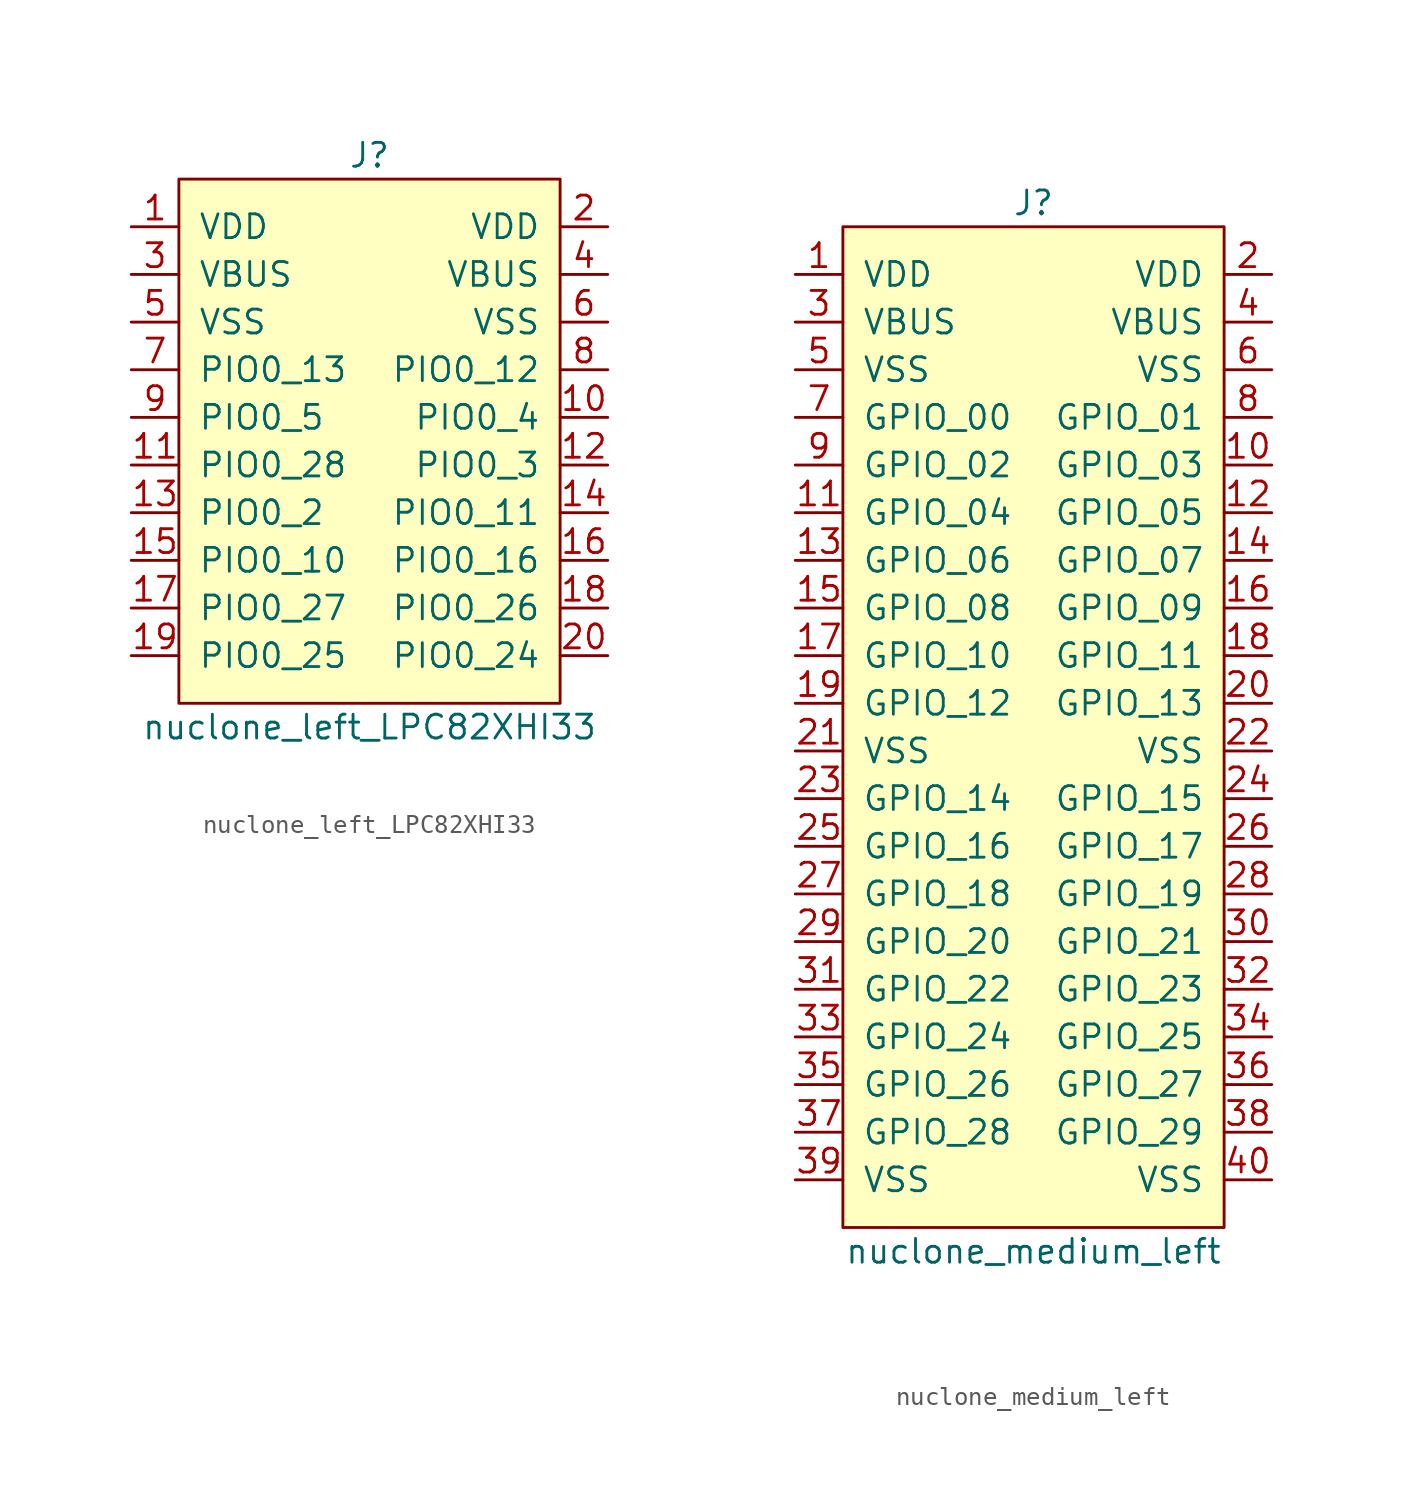
<source format=kicad_sym>
(kicad_symbol_lib
  (version 20211014)
  (generator kicad_symbol_editor)
  (symbol "nuclone_left_LPC82XHI33"
    (pin_names
      (offset 1.016))
    (property "Reference" "J"
      (at 0 15.24 0)
      (effects (font (size 1.27 1.27))))
    (property "Value" "nuclone_left_LPC82XHI33"
      (at 0 -15.24 0)
      (effects (font (size 1.27 1.27))))
    (symbol "nuclone_left_LPC82XHI33_0_1"
      (rectangle (start -10.16 13.97) (end 10.16 -13.97) (stroke (width 0) (type default) (color 0 0 0 0)) (fill (type background))))
    (symbol "nuclone_left_LPC82XHI33_1_1"
      (pin power_in line (at -12.7 11.43 0) (length 2.54) (name "VDD" (effects (font (size 1.27 1.27)))) (number "1" (effects (font (size 1.27 1.27)))))
      (pin bidirectional line (at 12.7 1.27 180) (length 2.54) (name "PIO0_4" (effects (font (size 1.27 1.27)))) (number "10" (effects (font (size 1.27 1.27)))))
      (pin bidirectional line (at -12.7 -1.27 0) (length 2.54) (name "PIO0_28" (effects (font (size 1.27 1.27)))) (number "11" (effects (font (size 1.27 1.27)))))
      (pin bidirectional line (at 12.7 -1.27 180) (length 2.54) (name "PIO0_3" (effects (font (size 1.27 1.27)))) (number "12" (effects (font (size 1.27 1.27)))))
      (pin bidirectional line (at -12.7 -3.81 0) (length 2.54) (name "PIO0_2" (effects (font (size 1.27 1.27)))) (number "13" (effects (font (size 1.27 1.27)))))
      (pin bidirectional line (at 12.7 -3.81 180) (length 2.54) (name "PIO0_11" (effects (font (size 1.27 1.27)))) (number "14" (effects (font (size 1.27 1.27)))))
      (pin bidirectional line (at -12.7 -6.35 0) (length 2.54) (name "PIO0_10" (effects (font (size 1.27 1.27)))) (number "15" (effects (font (size 1.27 1.27)))))
      (pin bidirectional line (at 12.7 -6.35 180) (length 2.54) (name "PIO0_16" (effects (font (size 1.27 1.27)))) (number "16" (effects (font (size 1.27 1.27)))))
      (pin bidirectional line (at -12.7 -8.89 0) (length 2.54) (name "PIO0_27" (effects (font (size 1.27 1.27)))) (number "17" (effects (font (size 1.27 1.27)))))
      (pin bidirectional line (at 12.7 -8.89 180) (length 2.54) (name "PIO0_26" (effects (font (size 1.27 1.27)))) (number "18" (effects (font (size 1.27 1.27)))))
      (pin bidirectional line (at -12.7 -11.43 0) (length 2.54) (name "PIO0_25" (effects (font (size 1.27 1.27)))) (number "19" (effects (font (size 1.27 1.27)))))
      (pin power_in line (at 12.7 11.43 180) (length 2.54) (name "VDD" (effects (font (size 1.27 1.27)))) (number "2" (effects (font (size 1.27 1.27)))))
      (pin bidirectional line (at 12.7 -11.43 180) (length 2.54) (name "PIO0_24" (effects (font (size 1.27 1.27)))) (number "20" (effects (font (size 1.27 1.27)))))
      (pin power_in line (at -12.7 8.89 0) (length 2.54) (name "VBUS" (effects (font (size 1.27 1.27)))) (number "3" (effects (font (size 1.27 1.27)))))
      (pin power_in line (at 12.7 8.89 180) (length 2.54) (name "VBUS" (effects (font (size 1.27 1.27)))) (number "4" (effects (font (size 1.27 1.27)))))
      (pin power_in line (at -12.7 6.35 0) (length 2.54) (name "VSS" (effects (font (size 1.27 1.27)))) (number "5" (effects (font (size 1.27 1.27)))))
      (pin power_in line (at 12.7 6.35 180) (length 2.54) (name "VSS" (effects (font (size 1.27 1.27)))) (number "6" (effects (font (size 1.27 1.27)))))
      (pin bidirectional line (at -12.7 3.81 0) (length 2.54) (name "PIO0_13" (effects (font (size 1.27 1.27)))) (number "7" (effects (font (size 1.27 1.27)))))
      (pin bidirectional line (at 12.7 3.81 180) (length 2.54) (name "PIO0_12" (effects (font (size 1.27 1.27)))) (number "8" (effects (font (size 1.27 1.27)))))
      (pin bidirectional line (at -12.7 1.27 0) (length 2.54) (name "PIO0_5" (effects (font (size 1.27 1.27)))) (number "9" (effects (font (size 1.27 1.27)))))))
  (symbol "nuclone_medium_left"
    (pin_names
      (offset 1.016))
    (property "Reference" "J"
      (at 0 27.94 0)
      (effects (font (size 1.27 1.27))))
    (property "Value" "nuclone_medium_left"
      (at 0 -27.94 0)
      (effects (font (size 1.27 1.27))))
    (symbol "nuclone_medium_left_0_1"
      (rectangle (start -10.16 26.67) (end 10.16 -26.67) (stroke (width 0) (type default) (color 0 0 0 0)) (fill (type background))))
    (symbol "nuclone_medium_left_1_1"
      (pin power_in line (at -12.7 24.13 0) (length 2.54) (name "VDD" (effects (font (size 1.27 1.27)))) (number "1" (effects (font (size 1.27 1.27)))))
      (pin bidirectional line (at 12.7 13.97 180) (length 2.54) (name "GPIO_03" (effects (font (size 1.27 1.27)))) (number "10" (effects (font (size 1.27 1.27)))))
      (pin bidirectional line (at -12.7 11.43 0) (length 2.54) (name "GPIO_04" (effects (font (size 1.27 1.27)))) (number "11" (effects (font (size 1.27 1.27)))))
      (pin bidirectional line (at 12.7 11.43 180) (length 2.54) (name "GPIO_05" (effects (font (size 1.27 1.27)))) (number "12" (effects (font (size 1.27 1.27)))))
      (pin bidirectional line (at -12.7 8.89 0) (length 2.54) (name "GPIO_06" (effects (font (size 1.27 1.27)))) (number "13" (effects (font (size 1.27 1.27)))))
      (pin bidirectional line (at 12.7 8.89 180) (length 2.54) (name "GPIO_07" (effects (font (size 1.27 1.27)))) (number "14" (effects (font (size 1.27 1.27)))))
      (pin bidirectional line (at -12.7 6.35 0) (length 2.54) (name "GPIO_08" (effects (font (size 1.27 1.27)))) (number "15" (effects (font (size 1.27 1.27)))))
      (pin bidirectional line (at 12.7 6.35 180) (length 2.54) (name "GPIO_09" (effects (font (size 1.27 1.27)))) (number "16" (effects (font (size 1.27 1.27)))))
      (pin bidirectional line (at -12.7 3.81 0) (length 2.54) (name "GPIO_10" (effects (font (size 1.27 1.27)))) (number "17" (effects (font (size 1.27 1.27)))))
      (pin bidirectional line (at 12.7 3.81 180) (length 2.54) (name "GPIO_11" (effects (font (size 1.27 1.27)))) (number "18" (effects (font (size 1.27 1.27)))))
      (pin bidirectional line (at -12.7 1.27 0) (length 2.54) (name "GPIO_12" (effects (font (size 1.27 1.27)))) (number "19" (effects (font (size 1.27 1.27)))))
      (pin power_in line (at 12.7 24.13 180) (length 2.54) (name "VDD" (effects (font (size 1.27 1.27)))) (number "2" (effects (font (size 1.27 1.27)))))
      (pin bidirectional line (at 12.7 1.27 180) (length 2.54) (name "GPIO_13" (effects (font (size 1.27 1.27)))) (number "20" (effects (font (size 1.27 1.27)))))
      (pin power_in line (at -12.7 -1.27 0) (length 2.54) (name "VSS" (effects (font (size 1.27 1.27)))) (number "21" (effects (font (size 1.27 1.27)))))
      (pin power_in line (at 12.7 -1.27 180) (length 2.54) (name "VSS" (effects (font (size 1.27 1.27)))) (number "22" (effects (font (size 1.27 1.27)))))
      (pin bidirectional line (at -12.7 -3.81 0) (length 2.54) (name "GPIO_14" (effects (font (size 1.27 1.27)))) (number "23" (effects (font (size 1.27 1.27)))))
      (pin bidirectional line (at 12.7 -3.81 180) (length 2.54) (name "GPIO_15" (effects (font (size 1.27 1.27)))) (number "24" (effects (font (size 1.27 1.27)))))
      (pin bidirectional line (at -12.7 -6.35 0) (length 2.54) (name "GPIO_16" (effects (font (size 1.27 1.27)))) (number "25" (effects (font (size 1.27 1.27)))))
      (pin bidirectional line (at 12.7 -6.35 180) (length 2.54) (name "GPIO_17" (effects (font (size 1.27 1.27)))) (number "26" (effects (font (size 1.27 1.27)))))
      (pin bidirectional line (at -12.7 -8.89 0) (length 2.54) (name "GPIO_18" (effects (font (size 1.27 1.27)))) (number "27" (effects (font (size 1.27 1.27)))))
      (pin bidirectional line (at 12.7 -8.89 180) (length 2.54) (name "GPIO_19" (effects (font (size 1.27 1.27)))) (number "28" (effects (font (size 1.27 1.27)))))
      (pin bidirectional line (at -12.7 -11.43 0) (length 2.54) (name "GPIO_20" (effects (font (size 1.27 1.27)))) (number "29" (effects (font (size 1.27 1.27)))))
      (pin power_in line (at -12.7 21.59 0) (length 2.54) (name "VBUS" (effects (font (size 1.27 1.27)))) (number "3" (effects (font (size 1.27 1.27)))))
      (pin bidirectional line (at 12.7 -11.43 180) (length 2.54) (name "GPIO_21" (effects (font (size 1.27 1.27)))) (number "30" (effects (font (size 1.27 1.27)))))
      (pin bidirectional line (at -12.7 -13.97 0) (length 2.54) (name "GPIO_22" (effects (font (size 1.27 1.27)))) (number "31" (effects (font (size 1.27 1.27)))))
      (pin bidirectional line (at 12.7 -13.97 180) (length 2.54) (name "GPIO_23" (effects (font (size 1.27 1.27)))) (number "32" (effects (font (size 1.27 1.27)))))
      (pin bidirectional line (at -12.7 -16.51 0) (length 2.54) (name "GPIO_24" (effects (font (size 1.27 1.27)))) (number "33" (effects (font (size 1.27 1.27)))))
      (pin bidirectional line (at 12.7 -16.51 180) (length 2.54) (name "GPIO_25" (effects (font (size 1.27 1.27)))) (number "34" (effects (font (size 1.27 1.27)))))
      (pin bidirectional line (at -12.7 -19.05 0) (length 2.54) (name "GPIO_26" (effects (font (size 1.27 1.27)))) (number "35" (effects (font (size 1.27 1.27)))))
      (pin bidirectional line (at 12.7 -19.05 180) (length 2.54) (name "GPIO_27" (effects (font (size 1.27 1.27)))) (number "36" (effects (font (size 1.27 1.27)))))
      (pin bidirectional line (at -12.7 -21.59 0) (length 2.54) (name "GPIO_28" (effects (font (size 1.27 1.27)))) (number "37" (effects (font (size 1.27 1.27)))))
      (pin bidirectional line (at 12.7 -21.59 180) (length 2.54) (name "GPIO_29" (effects (font (size 1.27 1.27)))) (number "38" (effects (font (size 1.27 1.27)))))
      (pin power_in line (at -12.7 -24.13 0) (length 2.54) (name "VSS" (effects (font (size 1.27 1.27)))) (number "39" (effects (font (size 1.27 1.27)))))
      (pin power_in line (at 12.7 21.59 180) (length 2.54) (name "VBUS" (effects (font (size 1.27 1.27)))) (number "4" (effects (font (size 1.27 1.27)))))
      (pin power_in line (at 12.7 -24.13 180) (length 2.54) (name "VSS" (effects (font (size 1.27 1.27)))) (number "40" (effects (font (size 1.27 1.27)))))
      (pin power_in line (at -12.7 19.05 0) (length 2.54) (name "VSS" (effects (font (size 1.27 1.27)))) (number "5" (effects (font (size 1.27 1.27)))))
      (pin power_in line (at 12.7 19.05 180) (length 2.54) (name "VSS" (effects (font (size 1.27 1.27)))) (number "6" (effects (font (size 1.27 1.27)))))
      (pin bidirectional line (at -12.7 16.51 0) (length 2.54) (name "GPIO_00" (effects (font (size 1.27 1.27)))) (number "7" (effects (font (size 1.27 1.27)))))
      (pin bidirectional line (at 12.7 16.51 180) (length 2.54) (name "GPIO_01" (effects (font (size 1.27 1.27)))) (number "8" (effects (font (size 1.27 1.27)))))
      (pin bidirectional line (at -12.7 13.97 0) (length 2.54) (name "GPIO_02" (effects (font (size 1.27 1.27)))) (number "9" (effects (font (size 1.27 1.27))))))))
</source>
